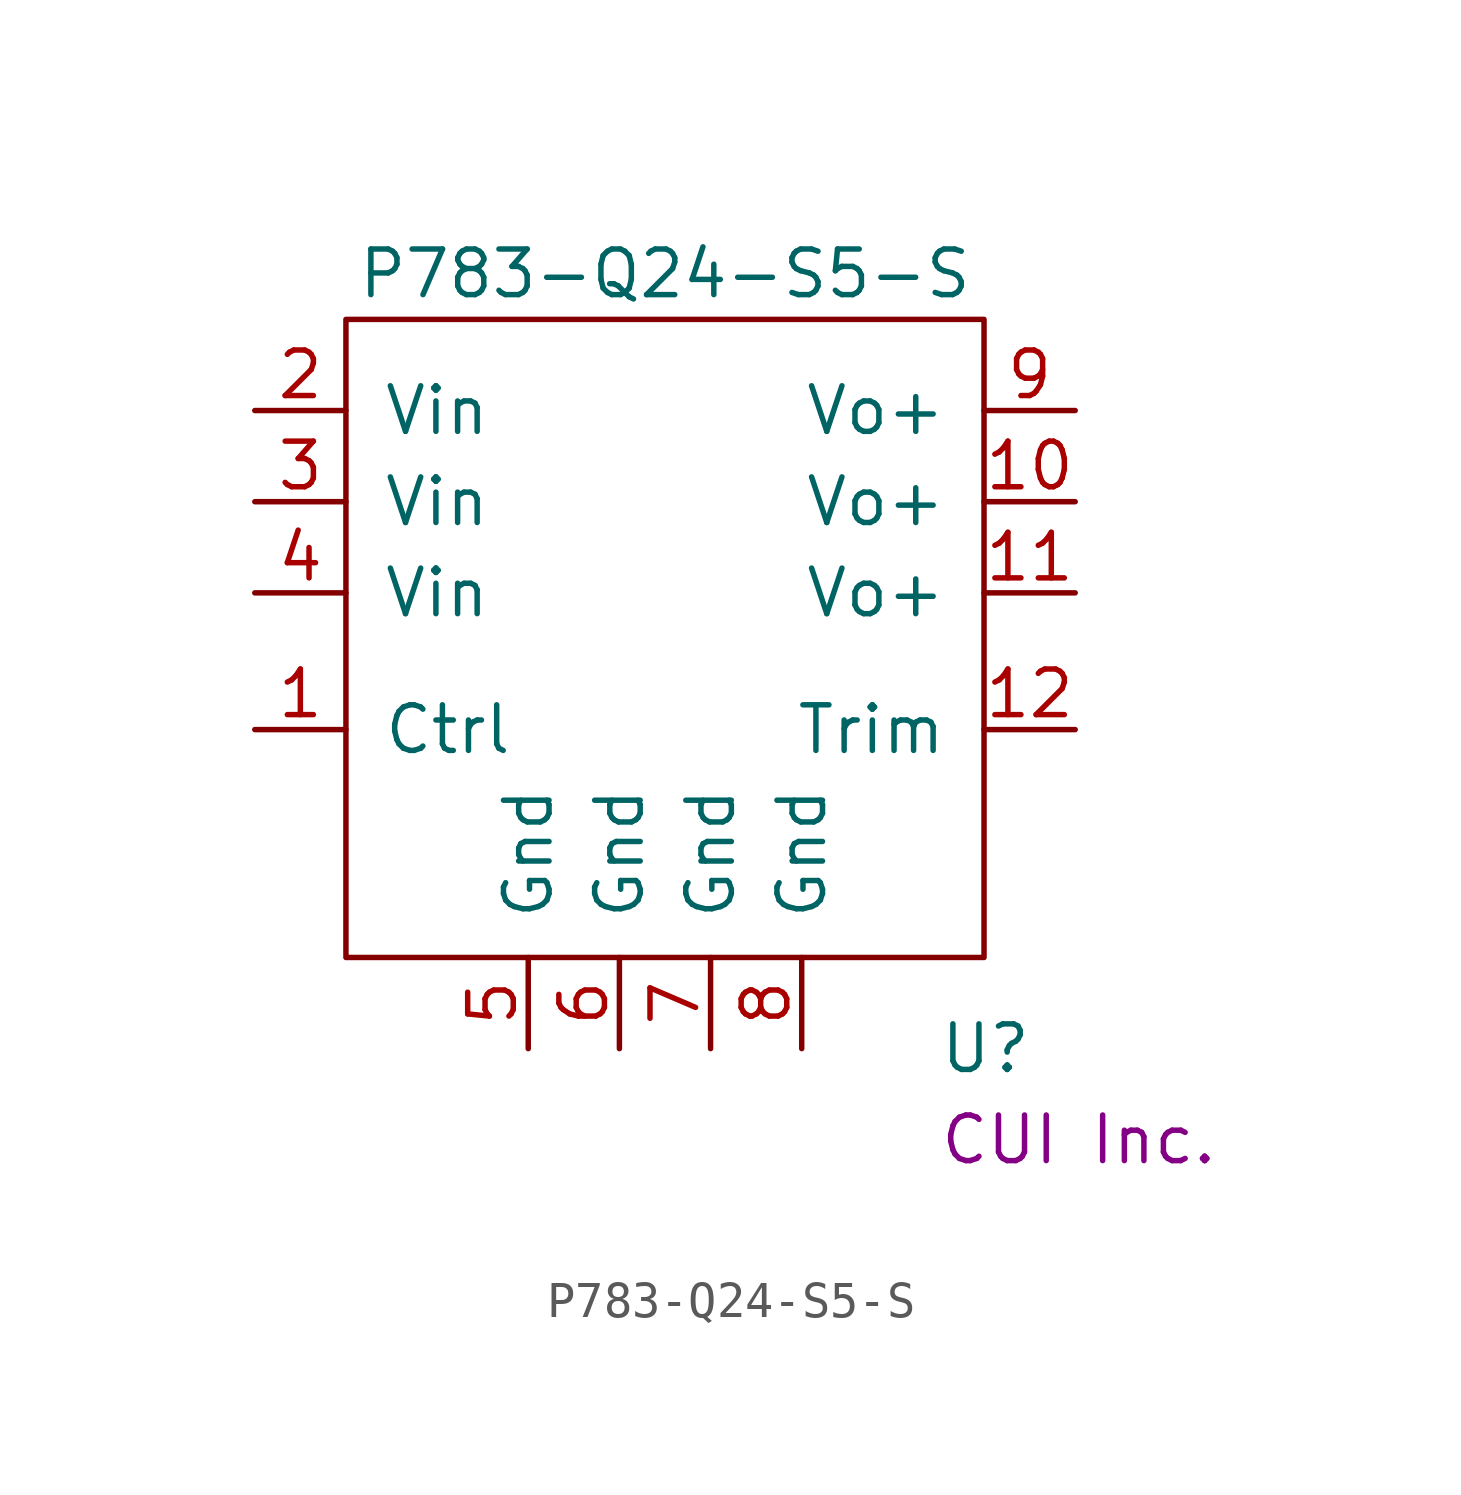
<source format=kicad_sym>
(kicad_symbol_lib
  (version 20231120)
  (generator "kicad_symbol_editor")
  (generator_version "8.0")
  (symbol "P783-Q24-S5-S"
    (pin_names
      (offset 1.016))
    (property "Reference" "U"
      (at 7.62 -11.43 0)
      (effects (font (size 1.27 1.27)) (justify left)))
    (property "Value" "P783-Q24-S5-S"
      (at 0 10.16 0)
      (effects (font (size 1.27 1.27))))
    (property "Manufacturer" "CUI Inc."
      (at 7.62 -13.97 0)
      (effects (font (size 1.27 1.27)) (justify left)))
    (symbol "P783-Q24-S5-S_0_1"
      (rectangle (start -8.89 8.89) (end 8.89 -8.89) (stroke (width 0) (type default)) (fill (type none))))
    (symbol "P783-Q24-S5-S_1_1"
      (pin power_in line (at -11.43 -2.54 0) (length 2.54) (name "Ctrl" (effects (font (size 1.27 1.27)))) (number "1" (effects (font (size 1.27 1.27)))))
      (pin power_out line (at 11.43 3.81 180) (length 2.54) (name "Vo+" (effects (font (size 1.27 1.27)))) (number "10" (effects (font (size 1.27 1.27)))))
      (pin power_out line (at 11.43 1.27 180) (length 2.54) (name "Vo+" (effects (font (size 1.27 1.27)))) (number "11" (effects (font (size 1.27 1.27)))))
      (pin bidirectional line (at 11.43 -2.54 180) (length 2.54) (name "Trim" (effects (font (size 1.27 1.27)))) (number "12" (effects (font (size 1.27 1.27)))))
      (pin power_in line (at -11.43 6.35 0) (length 2.54) (name "Vin" (effects (font (size 1.27 1.27)))) (number "2" (effects (font (size 1.27 1.27)))))
      (pin power_in line (at -11.43 3.81 0) (length 2.54) (name "Vin" (effects (font (size 1.27 1.27)))) (number "3" (effects (font (size 1.27 1.27)))))
      (pin power_in line (at -11.43 1.27 0) (length 2.54) (name "Vin" (effects (font (size 1.27 1.27)))) (number "4" (effects (font (size 1.27 1.27)))))
      (pin power_in line (at -3.81 -11.43 90) (length 2.54) (name "Gnd" (effects (font (size 1.27 1.27)))) (number "5" (effects (font (size 1.27 1.27)))))
      (pin power_in line (at -1.27 -11.43 90) (length 2.54) (name "Gnd" (effects (font (size 1.27 1.27)))) (number "6" (effects (font (size 1.27 1.27)))))
      (pin power_in line (at 1.27 -11.43 90) (length 2.54) (name "Gnd" (effects (font (size 1.27 1.27)))) (number "7" (effects (font (size 1.27 1.27)))))
      (pin power_in line (at 3.81 -11.43 90) (length 2.54) (name "Gnd" (effects (font (size 1.27 1.27)))) (number "8" (effects (font (size 1.27 1.27)))))
      (pin power_out line (at 11.43 6.35 180) (length 2.54) (name "Vo+" (effects (font (size 1.27 1.27)))) (number "9" (effects (font (size 1.27 1.27))))))))
</source>
